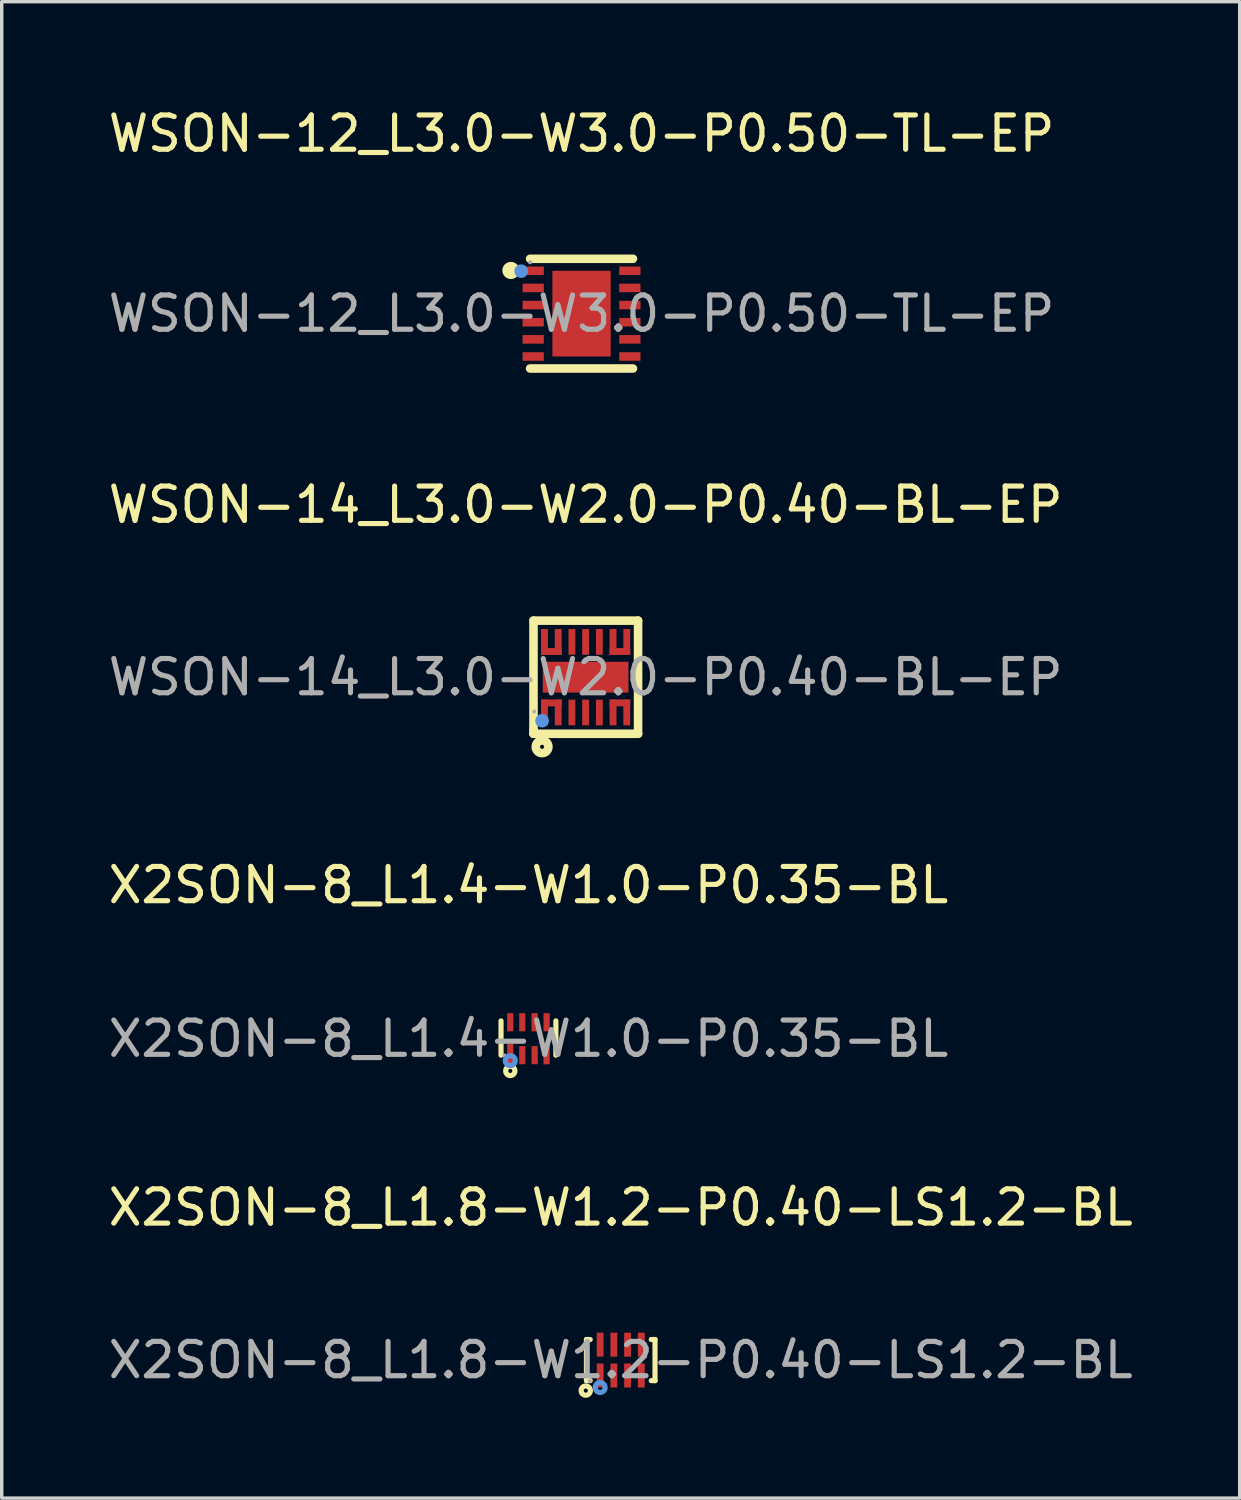
<source format=kicad_pcb>
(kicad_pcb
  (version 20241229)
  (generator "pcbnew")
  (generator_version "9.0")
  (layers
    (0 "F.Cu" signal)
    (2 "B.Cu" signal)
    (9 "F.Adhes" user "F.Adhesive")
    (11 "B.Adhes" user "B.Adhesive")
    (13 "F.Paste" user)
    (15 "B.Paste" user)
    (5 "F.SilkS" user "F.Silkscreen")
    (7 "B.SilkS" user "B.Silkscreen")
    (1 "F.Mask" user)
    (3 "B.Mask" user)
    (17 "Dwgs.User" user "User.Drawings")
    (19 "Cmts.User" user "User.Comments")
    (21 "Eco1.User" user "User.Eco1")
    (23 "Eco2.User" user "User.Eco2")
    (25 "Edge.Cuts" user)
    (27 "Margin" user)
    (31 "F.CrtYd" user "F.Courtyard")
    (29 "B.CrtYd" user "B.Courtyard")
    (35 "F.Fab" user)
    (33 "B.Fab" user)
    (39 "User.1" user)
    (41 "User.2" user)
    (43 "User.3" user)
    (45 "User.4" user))
  (footprint "WSON-12_L3.0-W3.0-P0.50-TL-EP"
    (layer "F.Cu")
    (at 13.911 6.098)
    (property "Reference" "WSON-12_L3.0-W3.0-P0.50-TL-EP" (at 0 -5.25 0) (layer "F.SilkS") (effects (font (size 1 1) (thickness 0.15))))
    (attr smd)
    (fp_line (start 1.5 -1.6) (end -1.5 -1.6) (stroke (width 0.25) (type solid)) (layer "F.SilkS"))
    (fp_line (start 1.5 1.6) (end -1.5 1.6) (stroke (width 0.25) (type solid)) (layer "F.SilkS"))
    (fp_arc (start -2.06 -1.26) (mid -2.06 -1.26) (end -2.06 -1.26) (stroke (width 0.25) (type solid)) (layer "F.SilkS"))
    (fp_circle (center -1.76 -1.24) (end -1.66 -1.24) (stroke (width 0.2) (type solid)) (fill no) (layer "Cmts.User"))
    (fp_circle (center -1.5 -1.5) (end -1.47 -1.5) (stroke (width 0.06) (type solid)) (fill no) (layer "F.Fab"))
    (fp_text user "${REFERENCE}" (at 0 0 0) (layer "F.Fab") (effects (font (size 1 1) (thickness 0.15))))
    (pad "1" smd rect (at -1.41 -1.25 270) (size 0.25 0.62) (layers "F.Cu" "F.Mask" "F.Paste"))
    (pad "2" smd rect (at -1.41 -0.75 270) (size 0.25 0.62) (layers "F.Cu" "F.Mask" "F.Paste"))
    (pad "3" smd rect (at -1.41 -0.25 270) (size 0.25 0.62) (layers "F.Cu" "F.Mask" "F.Paste"))
    (pad "4" smd rect (at -1.41 0.25 270) (size 0.25 0.62) (layers "F.Cu" "F.Mask" "F.Paste"))
    (pad "5" smd rect (at -1.41 0.75 270) (size 0.25 0.62) (layers "F.Cu" "F.Mask" "F.Paste"))
    (pad "6" smd rect (at -1.41 1.25 270) (size 0.25 0.62) (layers "F.Cu" "F.Mask" "F.Paste"))
    (pad "7" smd rect (at 1.41 1.25 270) (size 0.25 0.62) (layers "F.Cu" "F.Mask" "F.Paste"))
    (pad "8" smd rect (at 1.41 0.75 270) (size 0.25 0.62) (layers "F.Cu" "F.Mask" "F.Paste"))
    (pad "9" smd rect (at 1.41 0.25 270) (size 0.25 0.62) (layers "F.Cu" "F.Mask" "F.Paste"))
    (pad "10" smd rect (at 1.41 -0.25 270) (size 0.25 0.62) (layers "F.Cu" "F.Mask" "F.Paste"))
    (pad "11" smd rect (at 1.41 -0.75 270) (size 0.25 0.62) (layers "F.Cu" "F.Mask" "F.Paste"))
    (pad "12" smd rect (at 1.41 -1.25 270) (size 0.25 0.62) (layers "F.Cu" "F.Mask" "F.Paste"))
    (pad "13" smd rect (at 0 0) (size 1.7 2.5) (layers "F.Cu" "F.Mask" "F.Paste")))
  (footprint "X2SON-8_L1.4-W1.0-P0.35-BL"
    (layer "F.Cu")
    (at 12.363 27.245)
    (property "Reference" "X2SON-8_L1.4-W1.0-P0.35-BL" (at 0 -4.48 0) (layer "F.SilkS") (effects (font (size 1 1) (thickness 0.15))))
    (attr smd)
    (fp_line (start -0.8 -0.52) (end -0.8 0.48) (stroke (width 0.15) (type solid)) (layer "F.SilkS"))
    (fp_line (start 0.8 -0.52) (end 0.8 0.48) (stroke (width 0.15) (type solid)) (layer "F.SilkS"))
    (fp_circle (center -0.53 0.94) (end -0.47 0.94) (stroke (width 0.15) (type solid)) (fill no) (layer "F.SilkS"))
    (fp_circle (center -0.53 0.64) (end -0.46 0.64) (stroke (width 0.15) (type solid)) (fill no) (layer "Cmts.User"))
    (fp_circle (center -0.7 0.49) (end -0.67 0.49) (stroke (width 0.06) (type solid)) (fill no) (layer "F.Fab"))
    (fp_text user "${REFERENCE}" (at 0 0 0) (layer "F.Fab") (effects (font (size 1 1) (thickness 0.15))))
    (pad "1" smd rect (at -0.53 0.45) (size 0.18 0.6) (layers "F.Cu" "F.Mask" "F.Paste"))
    (pad "2" smd rect (at -0.18 0.48) (size 0.18 0.53) (layers "F.Cu" "F.Mask" "F.Paste"))
    (pad "3" smd rect (at 0.18 0.48) (size 0.18 0.53) (layers "F.Cu" "F.Mask" "F.Paste"))
    (pad "4" smd rect (at 0.53 0.48) (size 0.18 0.53) (layers "F.Cu" "F.Mask" "F.Paste"))
    (pad "5" smd rect (at 0.53 -0.48) (size 0.18 0.53) (layers "F.Cu" "F.Mask" "F.Paste"))
    (pad "6" smd rect (at 0.18 -0.48) (size 0.18 0.53) (layers "F.Cu" "F.Mask" "F.Paste"))
    (pad "7" smd rect (at -0.18 -0.48) (size 0.18 0.53) (layers "F.Cu" "F.Mask" "F.Paste"))
    (pad "8" smd rect (at -0.53 -0.48) (size 0.18 0.53) (layers "F.Cu" "F.Mask" "F.Paste")))
  (footprint "WSON-14_L3.0-W2.0-P0.40-BL-EP"
    (layer "F.Cu")
    (at 14.03 16.701)
    (property "Reference" "WSON-14_L3.0-W2.0-P0.40-BL-EP" (at 0 -5.03 0) (layer "F.SilkS") (effects (font (size 1 1) (thickness 0.15))))
    (attr smd)
    (fp_line (start -1.52 -1.65) (end 1.53 -1.65) (stroke (width 0.25) (type solid)) (layer "F.SilkS"))
    (fp_line (start -1.52 1.52) (end -1.52 -1.65) (stroke (width 0.25) (type solid)) (layer "F.SilkS"))
    (fp_line (start -1.52 1.65) (end -1.52 1.52) (stroke (width 0.25) (type solid)) (layer "F.SilkS"))
    (fp_line (start 1.53 -1.65) (end 1.53 1.65) (stroke (width 0.25) (type solid)) (layer "F.SilkS"))
    (fp_line (start 1.53 1.65) (end -1.52 1.65) (stroke (width 0.25) (type solid)) (layer "F.SilkS"))
    (fp_circle (center -1.27 2.03) (end -1.21 2.03) (stroke (width 0.25) (type solid)) (fill no) (layer "F.SilkS"))
    (fp_circle (center -1.27 1.27) (end -1.17 1.27) (stroke (width 0.2) (type solid)) (fill no) (layer "Cmts.User"))
    (fp_circle (center -1.5 1) (end -1.47 1) (stroke (width 0.06) (type solid)) (fill no) (layer "F.Fab"))
    (fp_text user "${REFERENCE}" (at 0 0 0) (layer "F.Fab") (effects (font (size 1 1) (thickness 0.15))))
    (pad "1" smd rect (at -1.2 1.03) (size 0.2 0.75) (layers "F.Cu" "F.Mask" "F.Paste"))
    (pad "1" smd rect (at -1 0.75 90) (size 0.2 0.6) (layers "F.Cu" "F.Mask" "F.Paste"))
    (pad "2" smd rect (at -0.8 1.03) (size 0.2 0.75) (layers "F.Cu" "F.Mask" "F.Paste"))
    (pad "3" smd rect (at -0.4 1.03) (size 0.2 0.75) (layers "F.Cu" "F.Mask" "F.Paste"))
    (pad "4" smd rect (at 0 1.03) (size 0.2 0.75) (layers "F.Cu" "F.Mask" "F.Paste"))
    (pad "5" smd rect (at 0.4 1.03) (size 0.2 0.75) (layers "F.Cu" "F.Mask" "F.Paste"))
    (pad "6" smd rect (at 0.8 1.03) (size 0.2 0.75) (layers "F.Cu" "F.Mask" "F.Paste"))
    (pad "7" smd rect (at 1 0.75 90) (size 0.2 0.6) (layers "F.Cu" "F.Mask" "F.Paste"))
    (pad "7" smd rect (at 1.2 1.03) (size 0.2 0.75) (layers "F.Cu" "F.Mask" "F.Paste"))
    (pad "8" smd rect (at 1 -0.75 90) (size 0.2 0.6) (layers "F.Cu" "F.Mask" "F.Paste"))
    (pad "8" smd rect (at 1.2 -1.03) (size 0.2 0.75) (layers "F.Cu" "F.Mask" "F.Paste"))
    (pad "9" smd rect (at 0.8 -1.03) (size 0.2 0.75) (layers "F.Cu" "F.Mask" "F.Paste"))
    (pad "10" smd rect (at 0.4 -1.03) (size 0.2 0.75) (layers "F.Cu" "F.Mask" "F.Paste"))
    (pad "11" smd rect (at 0 -1.03) (size 0.2 0.75) (layers "F.Cu" "F.Mask" "F.Paste"))
    (pad "12" smd rect (at -0.4 -1.03) (size 0.2 0.75) (layers "F.Cu" "F.Mask" "F.Paste"))
    (pad "13" smd rect (at -1 -0.75 90) (size 0.2 0.6) (layers "F.Cu" "F.Mask" "F.Paste"))
    (pad "13" smd rect (at -0.8 -1.03) (size 0.2 0.75) (layers "F.Cu" "F.Mask" "F.Paste"))
    (pad "14" smd rect (at -1.2 -1.03) (size 0.2 0.75) (layers "F.Cu" "F.Mask" "F.Paste"))
    (pad "15" smd rect (at 0 0) (size 2.5 0.9) (layers "F.Cu" "F.Mask" "F.Paste")))
  (footprint "X2SON-8_L1.8-W1.2-P0.40-LS1.2-BL"
    (layer "F.Cu")
    (at 15.054 36.618)
    (property "Reference" "X2SON-8_L1.8-W1.2-P0.40-LS1.2-BL" (at 0 -4.45 0) (layer "F.SilkS") (effects (font (size 1 1) (thickness 0.15))))
    (attr smd)
    (fp_line (start -1 -0.6) (end -1 0.6) (stroke (width 0.15) (type solid)) (layer "F.SilkS"))
    (fp_line (start -1 0.6) (end -0.89 0.6) (stroke (width 0.15) (type solid)) (layer "F.SilkS"))
    (fp_line (start -0.89 -0.6) (end -1 -0.6) (stroke (width 0.15) (type solid)) (layer "F.SilkS"))
    (fp_line (start 0.89 0.6) (end 1 0.6) (stroke (width 0.15) (type solid)) (layer "F.SilkS"))
    (fp_line (start 1 -0.6) (end 0.89 -0.6) (stroke (width 0.15) (type solid)) (layer "F.SilkS"))
    (fp_line (start 1 0.6) (end 1 -0.6) (stroke (width 0.15) (type solid)) (layer "F.SilkS"))
    (fp_circle (center -1.02 0.89) (end -0.96 0.89) (stroke (width 0.15) (type solid)) (fill no) (layer "F.SilkS"))
    (fp_circle (center -0.6 0.8) (end -0.53 0.8) (stroke (width 0.15) (type solid)) (fill no) (layer "Cmts.User"))
    (fp_circle (center -0.9 0.61) (end -0.87 0.61) (stroke (width 0.06) (type solid)) (fill no) (layer "F.Fab"))
    (fp_text user "${REFERENCE}" (at 0 0 0) (layer "F.Fab") (effects (font (size 1 1) (thickness 0.15))))
    (pad "1" smd rect (at -0.6 0.45) (size 0.2 0.7) (layers "F.Cu" "F.Mask" "F.Paste"))
    (pad "2" smd rect (at -0.2 0.45) (size 0.2 0.7) (layers "F.Cu" "F.Mask" "F.Paste"))
    (pad "3" smd rect (at 0.2 0.45) (size 0.2 0.7) (layers "F.Cu" "F.Mask" "F.Paste"))
    (pad "4" smd rect (at 0.6 0.45) (size 0.2 0.7) (layers "F.Cu" "F.Mask" "F.Paste"))
    (pad "5" smd rect (at 0.6 -0.45) (size 0.2 0.7) (layers "F.Cu" "F.Mask" "F.Paste"))
    (pad "6" smd rect (at 0.2 -0.45) (size 0.2 0.7) (layers "F.Cu" "F.Mask" "F.Paste"))
    (pad "7" smd rect (at -0.2 -0.45) (size 0.2 0.7) (layers "F.Cu" "F.Mask" "F.Paste"))
    (pad "8" smd rect (at -0.6 -0.45) (size 0.2 0.7) (layers "F.Cu" "F.Mask" "F.Paste")))
  (gr_rect
    (start -3 -3)
    (end 33.107 40.643)
    (stroke (width 0.1) (type default))
    (fill no)
    (layer "Edge.Cuts")))
</source>
